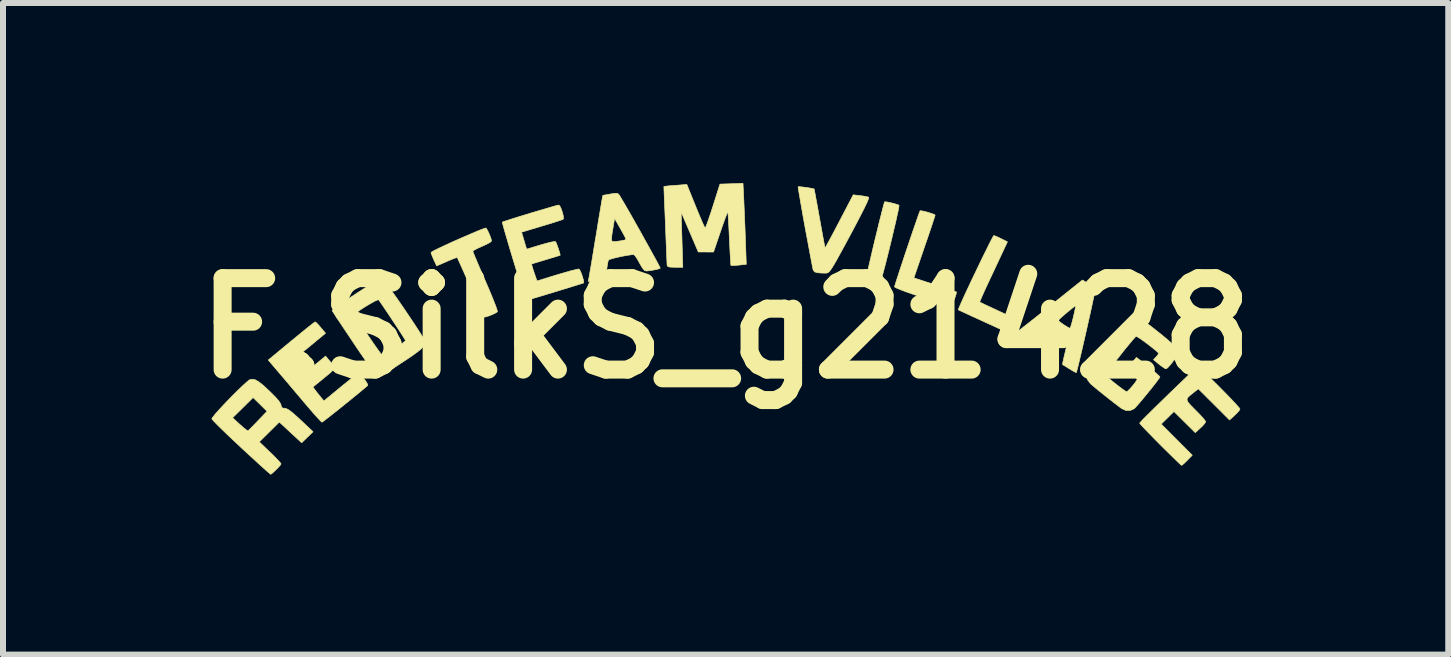
<source format=kicad_pcb>
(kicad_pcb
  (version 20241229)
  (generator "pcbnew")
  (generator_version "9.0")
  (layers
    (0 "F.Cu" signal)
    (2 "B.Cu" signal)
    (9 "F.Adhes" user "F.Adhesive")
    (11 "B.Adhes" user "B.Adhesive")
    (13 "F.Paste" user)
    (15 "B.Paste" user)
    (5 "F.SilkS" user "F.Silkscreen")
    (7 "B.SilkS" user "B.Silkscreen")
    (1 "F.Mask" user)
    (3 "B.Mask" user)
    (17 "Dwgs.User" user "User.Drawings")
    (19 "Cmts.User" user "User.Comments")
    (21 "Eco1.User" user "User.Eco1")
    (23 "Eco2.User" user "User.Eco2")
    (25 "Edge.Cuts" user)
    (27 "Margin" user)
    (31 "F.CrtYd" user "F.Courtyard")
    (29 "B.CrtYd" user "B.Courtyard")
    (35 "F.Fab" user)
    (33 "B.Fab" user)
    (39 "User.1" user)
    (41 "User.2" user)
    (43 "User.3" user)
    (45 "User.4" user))
  (footprint "F.SilkS_g21428"
    (layer "F.Cu")
    (at 9.042 2.42)
    (property "Reference" "F.SilkS_g21428" (at 0 0 0) (layer "F.SilkS") (effects (font (size 1.524 1.524) (thickness 0.3))))
    (attr through_hole)
    (fp_poly (pts (xy 2.673 -2.107) (xy 2.723 -2.098) (xy 2.783 -2.084) (xy 2.841 -2.068) (xy 2.881 -2.054) (xy 2.89 -2.049) (xy 2.888 -2.026) (xy 2.878 -1.968) (xy 2.859 -1.882) (xy 2.835 -1.772) (xy 2.805 -1.646) (xy 2.773 -1.509) (xy 2.738 -1.366) (xy 2.703 -1.224) (xy 2.669 -1.089) (xy 2.637 -0.967) (xy 2.609 -0.863) (xy 2.587 -0.784) (xy 2.571 -0.735) (xy 2.564 -0.722) (xy 2.537 -0.728) (xy 2.484 -0.742) (xy 2.448 -0.752) (xy 2.387 -0.77) (xy 2.345 -0.785) (xy 2.335 -0.791) (xy 2.338 -0.812) (xy 2.349 -0.869) (xy 2.368 -0.955) (xy 2.393 -1.064) (xy 2.422 -1.19) (xy 2.454 -1.327) (xy 2.488 -1.47) (xy 2.523 -1.611) (xy 2.555 -1.746) (xy 2.586 -1.867) (xy 2.612 -1.97) (xy 2.632 -2.048) (xy 2.646 -2.095) (xy 2.65 -2.107) (xy 2.673 -2.107)) (stroke (width 0.01) (type solid)) (fill yes) (layer "F.SilkS"))
    (fp_poly (pts (xy 3.265 -1.957) (xy 3.314 -1.947) (xy 3.375 -1.931) (xy 3.434 -1.912) (xy 3.477 -1.896) (xy 3.492 -1.886) (xy 3.486 -1.863) (xy 3.467 -1.806) (xy 3.439 -1.72) (xy 3.402 -1.61) (xy 3.358 -1.481) (xy 3.315 -1.356) (xy 3.138 -0.839) (xy 3.49 -0.724) (xy 3.604 -0.686) (xy 3.704 -0.653) (xy 3.782 -0.627) (xy 3.832 -0.61) (xy 3.847 -0.604) (xy 3.845 -0.582) (xy 3.831 -0.535) (xy 3.81 -0.476) (xy 3.786 -0.42) (xy 3.765 -0.38) (xy 3.755 -0.369) (xy 3.731 -0.374) (xy 3.671 -0.39) (xy 3.584 -0.417) (xy 3.474 -0.451) (xy 3.348 -0.491) (xy 3.276 -0.515) (xy 3.138 -0.561) (xy 3.018 -0.603) (xy 2.922 -0.639) (xy 2.854 -0.667) (xy 2.819 -0.686) (xy 2.815 -0.69) (xy 2.822 -0.715) (xy 2.84 -0.774) (xy 2.868 -0.86) (xy 2.903 -0.969) (xy 2.945 -1.094) (xy 2.989 -1.228) (xy 3.036 -1.367) (xy 3.082 -1.504) (xy 3.126 -1.633) (xy 3.166 -1.748) (xy 3.199 -1.844) (xy 3.224 -1.914) (xy 3.239 -1.952) (xy 3.242 -1.958) (xy 3.265 -1.957)) (stroke (width 0.01) (type solid)) (fill yes) (layer "F.SilkS"))
    (fp_poly (pts (xy 8.224 0.974) (xy 8.323 1.074) (xy 8.411 1.165) (xy 8.484 1.242) (xy 8.537 1.301) (xy 8.568 1.338) (xy 8.572 1.347) (xy 8.558 1.373) (xy 8.52 1.416) (xy 8.485 1.45) (xy 8.398 1.529) (xy 8.138 1.269) (xy 7.878 1.01) (xy 7.794 1.076) (xy 7.735 1.123) (xy 7.699 1.159) (xy 7.689 1.192) (xy 7.704 1.229) (xy 7.746 1.279) (xy 7.816 1.35) (xy 7.832 1.366) (xy 7.9 1.435) (xy 7.955 1.495) (xy 7.99 1.539) (xy 8.001 1.558) (xy 7.986 1.585) (xy 7.949 1.628) (xy 7.914 1.661) (xy 7.827 1.74) (xy 7.472 1.388) (xy 7.26 1.597) (xy 7.777 2.116) (xy 7.694 2.201) (xy 7.647 2.247) (xy 7.612 2.278) (xy 7.6 2.286) (xy 7.582 2.272) (xy 7.539 2.231) (xy 7.475 2.17) (xy 7.394 2.09) (xy 7.3 1.998) (xy 7.244 1.942) (xy 7.146 1.843) (xy 7.059 1.754) (xy 6.987 1.679) (xy 6.934 1.623) (xy 6.905 1.589) (xy 6.9 1.582) (xy 6.916 1.562) (xy 6.961 1.514) (xy 7.037 1.438) (xy 7.141 1.335) (xy 7.274 1.205) (xy 7.435 1.049) (xy 7.623 0.868) (xy 7.7 0.794) (xy 7.875 0.626) (xy 8.224 0.974)) (stroke (width 0.01) (type solid)) (fill yes) (layer "F.SilkS"))
    (fp_poly (pts (xy 1.282 -2.354) (xy 1.345 -2.346) (xy 1.408 -2.336) (xy 1.456 -2.327) (xy 1.475 -2.321) (xy 1.48 -2.3) (xy 1.491 -2.243) (xy 1.507 -2.155) (xy 1.528 -2.044) (xy 1.551 -1.915) (xy 1.566 -1.831) (xy 1.591 -1.693) (xy 1.613 -1.57) (xy 1.632 -1.468) (xy 1.647 -1.392) (xy 1.656 -1.349) (xy 1.658 -1.341) (xy 1.669 -1.357) (xy 1.696 -1.406) (xy 1.738 -1.482) (xy 1.791 -1.581) (xy 1.852 -1.697) (xy 1.895 -1.779) (xy 2.127 -2.223) (xy 2.244 -2.21) (xy 2.313 -2.2) (xy 2.366 -2.189) (xy 2.385 -2.183) (xy 2.382 -2.16) (xy 2.359 -2.101) (xy 2.314 -2.007) (xy 2.248 -1.877) (xy 2.162 -1.712) (xy 2.073 -1.545) (xy 1.982 -1.376) (xy 1.908 -1.241) (xy 1.85 -1.135) (xy 1.804 -1.056) (xy 1.769 -0.999) (xy 1.742 -0.961) (xy 1.721 -0.937) (xy 1.702 -0.925) (xy 1.685 -0.92) (xy 1.667 -0.918) (xy 1.593 -0.92) (xy 1.532 -0.925) (xy 1.481 -0.94) (xy 1.458 -0.976) (xy 1.454 -0.991) (xy 1.427 -1.133) (xy 1.398 -1.287) (xy 1.368 -1.449) (xy 1.337 -1.612) (xy 1.308 -1.772) (xy 1.281 -1.923) (xy 1.257 -2.06) (xy 1.237 -2.177) (xy 1.221 -2.269) (xy 1.211 -2.331) (xy 1.208 -2.358) (xy 1.209 -2.358) (xy 1.231 -2.359) (xy 1.282 -2.354)) (stroke (width 0.01) (type solid)) (fill yes) (layer "F.SilkS"))
    (fp_poly (pts (xy -3.969 -1.634) (xy -3.942 -1.578) (xy -3.918 -1.519) (xy -3.903 -1.471) (xy -3.902 -1.451) (xy -3.925 -1.431) (xy -3.978 -1.402) (xy -4.049 -1.369) (xy -4.062 -1.363) (xy -4.133 -1.332) (xy -4.186 -1.304) (xy -4.211 -1.285) (xy -4.212 -1.283) (xy -4.204 -1.259) (xy -4.181 -1.202) (xy -4.145 -1.117) (xy -4.1 -1.01) (xy -4.046 -0.886) (xy -3.999 -0.778) (xy -3.941 -0.644) (xy -3.891 -0.523) (xy -3.85 -0.42) (xy -3.82 -0.341) (xy -3.804 -0.29) (xy -3.803 -0.274) (xy -3.835 -0.253) (xy -3.887 -0.228) (xy -3.945 -0.205) (xy -3.996 -0.189) (xy -4.027 -0.185) (xy -4.03 -0.186) (xy -4.04 -0.209) (xy -4.066 -0.265) (xy -4.103 -0.349) (xy -4.151 -0.456) (xy -4.205 -0.579) (xy -4.252 -0.686) (xy -4.311 -0.819) (xy -4.364 -0.939) (xy -4.409 -1.04) (xy -4.444 -1.117) (xy -4.466 -1.165) (xy -4.473 -1.178) (xy -4.494 -1.174) (xy -4.545 -1.155) (xy -4.615 -1.126) (xy -4.648 -1.112) (xy -4.815 -1.039) (xy -4.862 -1.138) (xy -4.888 -1.2) (xy -4.906 -1.247) (xy -4.909 -1.262) (xy -4.891 -1.276) (xy -4.841 -1.303) (xy -4.764 -1.34) (xy -4.668 -1.385) (xy -4.56 -1.435) (xy -4.445 -1.486) (xy -4.33 -1.536) (xy -4.223 -1.582) (xy -4.129 -1.622) (xy -4.054 -1.651) (xy -4.007 -1.668) (xy -3.992 -1.67) (xy -3.969 -1.634)) (stroke (width 0.01) (type solid)) (fill yes) (layer "F.SilkS"))
    (fp_poly (pts (xy 0.304 -2.133) (xy 0.309 -2.014) (xy 0.315 -1.866) (xy 0.322 -1.706) (xy 0.328 -1.547) (xy 0.331 -1.458) (xy 0.345 -1.065) (xy 0.221 -1.052) (xy 0.153 -1.046) (xy 0.105 -1.045) (xy 0.089 -1.047) (xy 0.086 -1.069) (xy 0.082 -1.127) (xy 0.077 -1.215) (xy 0.071 -1.326) (xy 0.065 -1.454) (xy 0.063 -1.493) (xy 0.057 -1.624) (xy 0.051 -1.741) (xy 0.045 -1.836) (xy 0.041 -1.903) (xy 0.037 -1.937) (xy 0.037 -1.939) (xy 0.028 -1.922) (xy 0.008 -1.872) (xy -0.021 -1.794) (xy -0.056 -1.696) (xy -0.086 -1.608) (xy -0.201 -1.27) (xy -0.455 -1.271) (xy -0.598 -1.604) (xy -0.741 -1.937) (xy -0.713 -1.016) (xy -0.844 -1.016) (xy -0.917 -1.018) (xy -0.957 -1.025) (xy -0.973 -1.041) (xy -0.975 -1.053) (xy -0.98 -1.16) (xy -0.985 -1.288) (xy -0.991 -1.429) (xy -0.997 -1.579) (xy -1.003 -1.731) (xy -1.009 -1.879) (xy -1.015 -2.017) (xy -1.02 -2.14) (xy -1.024 -2.242) (xy -1.027 -2.316) (xy -1.028 -2.357) (xy -1.028 -2.363) (xy -1.008 -2.366) (xy -0.955 -2.372) (xy -0.879 -2.378) (xy -0.836 -2.381) (xy -0.646 -2.396) (xy -0.5 -2.034) (xy -0.453 -1.92) (xy -0.411 -1.82) (xy -0.377 -1.741) (xy -0.352 -1.69) (xy -0.34 -1.672) (xy -0.329 -1.691) (xy -0.308 -1.745) (xy -0.28 -1.826) (xy -0.245 -1.928) (xy -0.21 -2.037) (xy -0.094 -2.402) (xy 0.098 -2.408) (xy 0.29 -2.415) (xy 0.304 -2.133)) (stroke (width 0.01) (type solid)) (fill yes) (layer "F.SilkS"))
    (fp_poly (pts (xy -6.819 -0.091) (xy -6.781 -0.052) (xy -6.746 -0.011) (xy -6.667 0.083) (xy -6.953 0.32) (xy -7.057 0.405) (xy -7.132 0.469) (xy -7.181 0.516) (xy -7.206 0.552) (xy -7.209 0.584) (xy -7.193 0.616) (xy -7.161 0.656) (xy -7.119 0.703) (xy -7.05 0.781) (xy -6.666 0.464) (xy -6.609 0.532) (xy -6.56 0.589) (xy -6.531 0.63) (xy -6.524 0.663) (xy -6.542 0.697) (xy -6.585 0.74) (xy -6.657 0.8) (xy -6.689 0.826) (xy -6.877 0.98) (xy -6.836 1.035) (xy -6.793 1.091) (xy -6.745 1.15) (xy -6.744 1.151) (xy -6.694 1.211) (xy -6.415 0.981) (xy -6.322 0.906) (xy -6.241 0.841) (xy -6.176 0.79) (xy -6.133 0.759) (xy -6.119 0.751) (xy -6.094 0.766) (xy -6.058 0.804) (xy -6.018 0.852) (xy -5.984 0.901) (xy -5.964 0.938) (xy -5.963 0.953) (xy -6.017 0.999) (xy -6.091 1.061) (xy -6.179 1.133) (xy -6.275 1.211) (xy -6.375 1.292) (xy -6.472 1.37) (xy -6.561 1.44) (xy -6.636 1.499) (xy -6.692 1.542) (xy -6.722 1.564) (xy -6.727 1.566) (xy -6.745 1.551) (xy -6.786 1.508) (xy -6.846 1.442) (xy -6.918 1.359) (xy -7 1.263) (xy -7.008 1.254) (xy -7.105 1.138) (xy -7.209 1.016) (xy -7.308 0.898) (xy -7.396 0.795) (xy -7.446 0.736) (xy -7.622 0.53) (xy -7.238 0.212) (xy -7.129 0.123) (xy -7.031 0.043) (xy -6.948 -0.024) (xy -6.886 -0.073) (xy -6.848 -0.101) (xy -6.839 -0.106) (xy -6.819 -0.091)) (stroke (width 0.01) (type solid)) (fill yes) (layer "F.SilkS"))
    (fp_poly (pts (xy -7.837 0.86) (xy -7.784 0.89) (xy -7.718 0.941) (xy -7.632 1.019) (xy -7.588 1.061) (xy -7.499 1.15) (xy -7.442 1.216) (xy -7.413 1.264) (xy -7.408 1.284) (xy -7.4 1.32) (xy -7.367 1.333) (xy -7.349 1.333) (xy -7.316 1.341) (xy -7.272 1.366) (xy -7.213 1.412) (xy -7.133 1.483) (xy -7.083 1.529) (xy -6.875 1.725) (xy -6.97 1.817) (xy -7.065 1.909) (xy -7.437 1.564) (xy -7.604 1.729) (xy -7.771 1.894) (xy -7.59 2.068) (xy -7.519 2.137) (xy -7.461 2.197) (xy -7.422 2.24) (xy -7.408 2.26) (xy -7.422 2.283) (xy -7.457 2.323) (xy -7.502 2.368) (xy -7.545 2.408) (xy -7.575 2.432) (xy -7.581 2.434) (xy -7.599 2.42) (xy -7.645 2.381) (xy -7.713 2.32) (xy -7.801 2.24) (xy -7.904 2.145) (xy -8.02 2.039) (xy -8.078 1.985) (xy -8.197 1.873) (xy -8.306 1.77) (xy -8.4 1.679) (xy -8.476 1.604) (xy -8.53 1.548) (xy -8.559 1.516) (xy -8.562 1.51) (xy -8.552 1.492) (xy -8.216 1.492) (xy -8.094 1.604) (xy -8.035 1.656) (xy -7.988 1.693) (xy -7.962 1.71) (xy -7.96 1.71) (xy -7.941 1.693) (xy -7.9 1.652) (xy -7.843 1.594) (xy -7.795 1.544) (xy -7.642 1.384) (xy -7.758 1.269) (xy -7.874 1.155) (xy -8.045 1.324) (xy -8.216 1.492) (xy -8.552 1.492) (xy -8.547 1.484) (xy -8.508 1.434) (xy -8.449 1.367) (xy -8.375 1.287) (xy -8.292 1.2) (xy -8.207 1.113) (xy -8.123 1.03) (xy -8.047 0.957) (xy -7.984 0.9) (xy -7.94 0.864) (xy -7.924 0.855) (xy -7.881 0.85) (xy -7.837 0.86)) (stroke (width 0.01) (type solid)) (fill yes) (layer "F.SilkS"))
    (fp_poly (pts (xy -2.761 -2.035) (xy -2.739 -1.989) (xy -2.719 -1.93) (xy -2.705 -1.872) (xy -2.701 -1.83) (xy -2.705 -1.818) (xy -2.729 -1.807) (xy -2.787 -1.787) (xy -2.872 -1.76) (xy -2.976 -1.728) (xy -3.06 -1.703) (xy -3.4 -1.601) (xy -3.316 -1.318) (xy -3.082 -1.389) (xy -2.989 -1.415) (xy -2.91 -1.435) (xy -2.856 -1.445) (xy -2.834 -1.444) (xy -2.821 -1.418) (xy -2.802 -1.369) (xy -2.782 -1.311) (xy -2.765 -1.257) (xy -2.757 -1.222) (xy -2.757 -1.216) (xy -2.778 -1.209) (xy -2.832 -1.192) (xy -2.909 -1.169) (xy -2.995 -1.143) (xy -3.087 -1.115) (xy -3.163 -1.092) (xy -3.215 -1.076) (xy -3.233 -1.07) (xy -3.229 -1.049) (xy -3.215 -1) (xy -3.192 -0.931) (xy -3.191 -0.927) (xy -3.143 -0.788) (xy -2.805 -0.892) (xy -2.691 -0.925) (xy -2.591 -0.954) (xy -2.511 -0.974) (xy -2.46 -0.986) (xy -2.444 -0.987) (xy -2.427 -0.964) (xy -2.405 -0.917) (xy -2.385 -0.858) (xy -2.369 -0.803) (xy -2.364 -0.764) (xy -2.367 -0.754) (xy -2.39 -0.746) (xy -2.446 -0.729) (xy -2.529 -0.703) (xy -2.632 -0.671) (xy -2.748 -0.636) (xy -2.871 -0.598) (xy -2.994 -0.561) (xy -3.109 -0.526) (xy -3.211 -0.496) (xy -3.286 -0.474) (xy -3.322 -0.481) (xy -3.341 -0.512) (xy -3.36 -0.565) (xy -3.387 -0.648) (xy -3.42 -0.753) (xy -3.459 -0.876) (xy -3.5 -1.009) (xy -3.542 -1.148) (xy -3.584 -1.286) (xy -3.623 -1.418) (xy -3.658 -1.537) (xy -3.687 -1.637) (xy -3.708 -1.713) (xy -3.719 -1.758) (xy -3.721 -1.768) (xy -3.698 -1.778) (xy -3.642 -1.796) (xy -3.559 -1.823) (xy -3.457 -1.855) (xy -3.342 -1.89) (xy -3.222 -1.927) (xy -3.103 -1.962) (xy -2.993 -1.994) (xy -2.899 -2.022) (xy -2.828 -2.042) (xy -2.786 -2.052) (xy -2.78 -2.053) (xy -2.761 -2.035)) (stroke (width 0.01) (type solid)) (fill yes) (layer "F.SilkS"))
    (fp_poly (pts (xy -1.785 -2.236) (xy -1.768 -2.214) (xy -1.734 -2.157) (xy -1.686 -2.076) (xy -1.627 -1.974) (xy -1.56 -1.857) (xy -1.489 -1.731) (xy -1.415 -1.6) (xy -1.343 -1.47) (xy -1.274 -1.346) (xy -1.212 -1.234) (xy -1.159 -1.137) (xy -1.119 -1.063) (xy -1.095 -1.015) (xy -1.089 -1) (xy -1.115 -0.989) (xy -1.169 -0.976) (xy -1.233 -0.964) (xy -1.293 -0.956) (xy -1.323 -0.954) (xy -1.353 -0.965) (xy -1.388 -1.006) (xy -1.431 -1.08) (xy -1.436 -1.09) (xy -1.474 -1.157) (xy -1.507 -1.206) (xy -1.53 -1.227) (xy -1.532 -1.228) (xy -1.582 -1.223) (xy -1.655 -1.212) (xy -1.738 -1.196) (xy -1.82 -1.178) (xy -1.89 -1.16) (xy -1.937 -1.145) (xy -1.951 -1.137) (xy -1.961 -1.104) (xy -1.972 -1.043) (xy -1.981 -0.978) (xy -1.99 -0.904) (xy -2.007 -0.857) (xy -2.039 -0.828) (xy -2.095 -0.81) (xy -2.184 -0.796) (xy -2.187 -0.795) (xy -2.29 -0.78) (xy -2.277 -0.84) (xy -2.271 -0.875) (xy -2.259 -0.946) (xy -2.241 -1.048) (xy -2.22 -1.175) (xy -2.196 -1.322) (xy -2.17 -1.482) (xy -2.166 -1.501) (xy -1.901 -1.501) (xy -1.899 -1.462) (xy -1.884 -1.445) (xy -1.853 -1.443) (xy -1.805 -1.449) (xy -1.794 -1.45) (xy -1.729 -1.46) (xy -1.682 -1.47) (xy -1.668 -1.474) (xy -1.663 -1.481) (xy -1.666 -1.496) (xy -1.679 -1.526) (xy -1.706 -1.576) (xy -1.749 -1.653) (xy -1.79 -1.725) (xy -1.85 -1.831) (xy -1.876 -1.672) (xy -1.893 -1.569) (xy -1.901 -1.501) (xy -2.166 -1.501) (xy -2.157 -1.556) (xy -2.131 -1.716) (xy -2.107 -1.863) (xy -2.085 -1.991) (xy -2.068 -2.094) (xy -2.055 -2.168) (xy -2.048 -2.208) (xy -2.046 -2.213) (xy -2.025 -2.218) (xy -1.974 -2.227) (xy -1.919 -2.237) (xy -1.849 -2.248) (xy -1.808 -2.248) (xy -1.785 -2.236)) (stroke (width 0.01) (type solid)) (fill yes) (layer "F.SilkS"))
    (fp_poly (pts (xy -5.74 -0.795) (xy -5.705 -0.777) (xy -5.664 -0.742) (xy -5.615 -0.686) (xy -5.553 -0.605) (xy -5.476 -0.497) (xy -5.38 -0.358) (xy -5.344 -0.305) (xy -5.26 -0.18) (xy -5.183 -0.065) (xy -5.118 0.035) (xy -5.067 0.115) (xy -5.034 0.17) (xy -5.022 0.193) (xy -5.015 0.232) (xy -5.019 0.268) (xy -5.037 0.304) (xy -5.074 0.345) (xy -5.134 0.394) (xy -5.219 0.456) (xy -5.335 0.534) (xy -5.41 0.583) (xy -5.521 0.655) (xy -5.62 0.719) (xy -5.702 0.77) (xy -5.762 0.807) (xy -5.792 0.824) (xy -5.795 0.825) (xy -5.81 0.808) (xy -5.846 0.76) (xy -5.899 0.685) (xy -5.967 0.587) (xy -6.046 0.472) (xy -6.135 0.342) (xy -6.181 0.273) (xy -6.272 0.137) (xy -6.355 0.013) (xy -6.428 -0.097) (xy -6.488 -0.186) (xy -6.515 -0.228) (xy -6.181 -0.228) (xy -6.169 -0.205) (xy -6.139 -0.154) (xy -6.093 -0.083) (xy -6.037 0.003) (xy -5.974 0.097) (xy -5.91 0.191) (xy -5.848 0.281) (xy -5.793 0.359) (xy -5.749 0.419) (xy -5.722 0.454) (xy -5.714 0.46) (xy -5.692 0.447) (xy -5.643 0.417) (xy -5.574 0.374) (xy -5.518 0.339) (xy -5.442 0.289) (xy -5.381 0.246) (xy -5.343 0.216) (xy -5.334 0.206) (xy -5.345 0.185) (xy -5.376 0.136) (xy -5.421 0.065) (xy -5.478 -0.022) (xy -5.541 -0.117) (xy -5.606 -0.216) (xy -5.67 -0.311) (xy -5.727 -0.395) (xy -5.774 -0.463) (xy -5.782 -0.474) (xy -5.803 -0.47) (xy -5.851 -0.449) (xy -5.915 -0.413) (xy -5.988 -0.37) (xy -6.059 -0.325) (xy -6.121 -0.282) (xy -6.165 -0.248) (xy -6.181 -0.228) (xy -6.515 -0.228) (xy -6.53 -0.252) (xy -6.554 -0.288) (xy -6.557 -0.294) (xy -6.542 -0.31) (xy -6.498 -0.344) (xy -6.43 -0.393) (xy -6.345 -0.451) (xy -6.249 -0.516) (xy -6.149 -0.582) (xy -6.051 -0.645) (xy -5.961 -0.702) (xy -5.885 -0.749) (xy -5.83 -0.78) (xy -5.805 -0.792) (xy -5.772 -0.799) (xy -5.74 -0.795)) (stroke (width 0.01) (type solid)) (fill yes) (layer "F.SilkS"))
    (fp_poly (pts (xy 6.852 -0.184) (xy 6.892 -0.168) (xy 6.944 -0.138) (xy 7.013 -0.089) (xy 7.104 -0.02) (xy 7.211 0.064) (xy 7.329 0.16) (xy 7.417 0.236) (xy 7.477 0.295) (xy 7.513 0.344) (xy 7.529 0.385) (xy 7.529 0.424) (xy 7.527 0.432) (xy 7.508 0.473) (xy 7.473 0.529) (xy 7.43 0.588) (xy 7.386 0.639) (xy 7.352 0.671) (xy 7.339 0.677) (xy 7.312 0.665) (xy 7.265 0.632) (xy 7.224 0.601) (xy 7.131 0.524) (xy 7.174 0.478) (xy 7.205 0.441) (xy 7.218 0.42) (xy 7.202 0.4) (xy 7.16 0.363) (xy 7.101 0.316) (xy 7.033 0.263) (xy 6.965 0.213) (xy 6.904 0.17) (xy 6.86 0.143) (xy 6.84 0.135) (xy 6.817 0.158) (xy 6.775 0.206) (xy 6.718 0.275) (xy 6.651 0.356) (xy 6.581 0.445) (xy 6.511 0.535) (xy 6.446 0.619) (xy 6.391 0.692) (xy 6.352 0.747) (xy 6.333 0.777) (xy 6.332 0.781) (xy 6.351 0.803) (xy 6.395 0.842) (xy 6.455 0.891) (xy 6.522 0.945) (xy 6.587 0.994) (xy 6.642 1.034) (xy 6.677 1.056) (xy 6.684 1.058) (xy 6.706 1.043) (xy 6.744 1.004) (xy 6.787 0.954) (xy 6.827 0.903) (xy 6.853 0.864) (xy 6.858 0.849) (xy 6.842 0.826) (xy 6.802 0.79) (xy 6.774 0.769) (xy 6.725 0.73) (xy 6.694 0.698) (xy 6.69 0.688) (xy 6.703 0.661) (xy 6.736 0.615) (xy 6.769 0.577) (xy 6.847 0.486) (xy 7.042 0.64) (xy 7.119 0.702) (xy 7.181 0.755) (xy 7.223 0.793) (xy 7.238 0.812) (xy 7.226 0.833) (xy 7.191 0.881) (xy 7.141 0.946) (xy 7.08 1.023) (xy 7.013 1.105) (xy 6.948 1.184) (xy 6.888 1.255) (xy 6.84 1.309) (xy 6.811 1.339) (xy 6.744 1.371) (xy 6.667 1.369) (xy 6.603 1.34) (xy 6.55 1.301) (xy 6.474 1.243) (xy 6.386 1.174) (xy 6.294 1.101) (xy 6.207 1.031) (xy 6.135 0.971) (xy 6.085 0.929) (xy 6.08 0.924) (xy 6.025 0.85) (xy 6.012 0.771) (xy 6.041 0.689) (xy 6.058 0.664) (xy 6.163 0.53) (xy 6.27 0.396) (xy 6.377 0.266) (xy 6.479 0.145) (xy 6.572 0.037) (xy 6.653 -0.054) (xy 6.719 -0.124) (xy 6.765 -0.168) (xy 6.787 -0.182) (xy 6.819 -0.187) (xy 6.852 -0.184)) (stroke (width 0.01) (type solid)) (fill yes) (layer "F.SilkS"))
    (fp_poly (pts (xy 4.498 -1.536) (xy 4.55 -1.513) (xy 4.593 -1.492) (xy 4.697 -1.44) (xy 4.595 -1.223) (xy 4.546 -1.118) (xy 4.486 -0.99) (xy 4.423 -0.856) (xy 4.364 -0.73) (xy 4.361 -0.724) (xy 4.315 -0.624) (xy 4.277 -0.539) (xy 4.25 -0.476) (xy 4.237 -0.44) (xy 4.236 -0.435) (xy 4.257 -0.425) (xy 4.31 -0.399) (xy 4.388 -0.363) (xy 4.485 -0.318) (xy 4.558 -0.284) (xy 4.665 -0.234) (xy 4.757 -0.188) (xy 4.828 -0.151) (xy 4.872 -0.124) (xy 4.883 -0.114) (xy 4.88 -0.082) (xy 4.86 -0.028) (xy 4.847 -0.000001) (xy 4.822 0.053) (xy 4.809 0.089) (xy 4.809 0.095) (xy 4.826 0.084) (xy 4.873 0.05) (xy 4.945 -0.006) (xy 5.038 -0.079) (xy 5.105 -0.131) (xy 5.546 -0.131) (xy 5.562 -0.113) (xy 5.602 -0.082) (xy 5.652 -0.048) (xy 5.701 -0.018) (xy 5.734 -0.001) (xy 5.739 -0.000336) (xy 5.749 -0.019) (xy 5.765 -0.07) (xy 5.785 -0.144) (xy 5.795 -0.185) (xy 5.814 -0.267) (xy 5.827 -0.332) (xy 5.834 -0.369) (xy 5.835 -0.374) (xy 5.817 -0.364) (xy 5.777 -0.334) (xy 5.723 -0.291) (xy 5.664 -0.241) (xy 5.609 -0.194) (xy 5.567 -0.155) (xy 5.547 -0.133) (xy 5.546 -0.131) (xy 5.105 -0.131) (xy 5.149 -0.166) (xy 5.274 -0.266) (xy 5.381 -0.351) (xy 5.947 -0.804) (xy 6.053 -0.739) (xy 6.11 -0.7) (xy 6.149 -0.666) (xy 6.16 -0.649) (xy 6.155 -0.619) (xy 6.143 -0.555) (xy 6.123 -0.463) (xy 6.099 -0.349) (xy 6.07 -0.218) (xy 6.038 -0.076) (xy 6.005 0.07) (xy 5.972 0.215) (xy 5.94 0.354) (xy 5.91 0.48) (xy 5.885 0.587) (xy 5.864 0.67) (xy 5.85 0.723) (xy 5.844 0.74) (xy 5.821 0.73) (xy 5.773 0.703) (xy 5.726 0.674) (xy 5.668 0.638) (xy 5.628 0.613) (xy 5.615 0.605) (xy 5.617 0.584) (xy 5.628 0.532) (xy 5.644 0.46) (xy 5.649 0.441) (xy 5.687 0.28) (xy 5.51 0.172) (xy 5.432 0.126) (xy 5.367 0.089) (xy 5.323 0.067) (xy 5.311 0.064) (xy 5.284 0.076) (xy 5.236 0.11) (xy 5.177 0.158) (xy 5.176 0.159) (xy 5.118 0.206) (xy 5.073 0.24) (xy 5.049 0.254) (xy 5.048 0.254) (xy 5.023 0.244) (xy 4.973 0.217) (xy 4.928 0.19) (xy 4.879 0.163) (xy 4.799 0.123) (xy 4.693 0.071) (xy 4.57 0.012) (xy 4.436 -0.05) (xy 4.354 -0.087) (xy 4.224 -0.147) (xy 4.107 -0.2) (xy 4.008 -0.246) (xy 3.934 -0.28) (xy 3.889 -0.301) (xy 3.878 -0.307) (xy 3.884 -0.327) (xy 3.906 -0.38) (xy 3.942 -0.46) (xy 3.988 -0.562) (xy 4.043 -0.679) (xy 4.103 -0.807) (xy 4.167 -0.94) (xy 4.23 -1.072) (xy 4.291 -1.198) (xy 4.348 -1.312) (xy 4.396 -1.41) (xy 4.435 -1.485) (xy 4.46 -1.532) (xy 4.47 -1.545) (xy 4.498 -1.536)) (stroke (width 0.01) (type solid)) (fill yes) (layer "F.SilkS")))
  (gr_rect
    (start -3 -3)
    (end 21.085 7.859)
    (stroke (width 0.1) (type default))
    (fill no)
    (layer "Edge.Cuts")))
</source>
